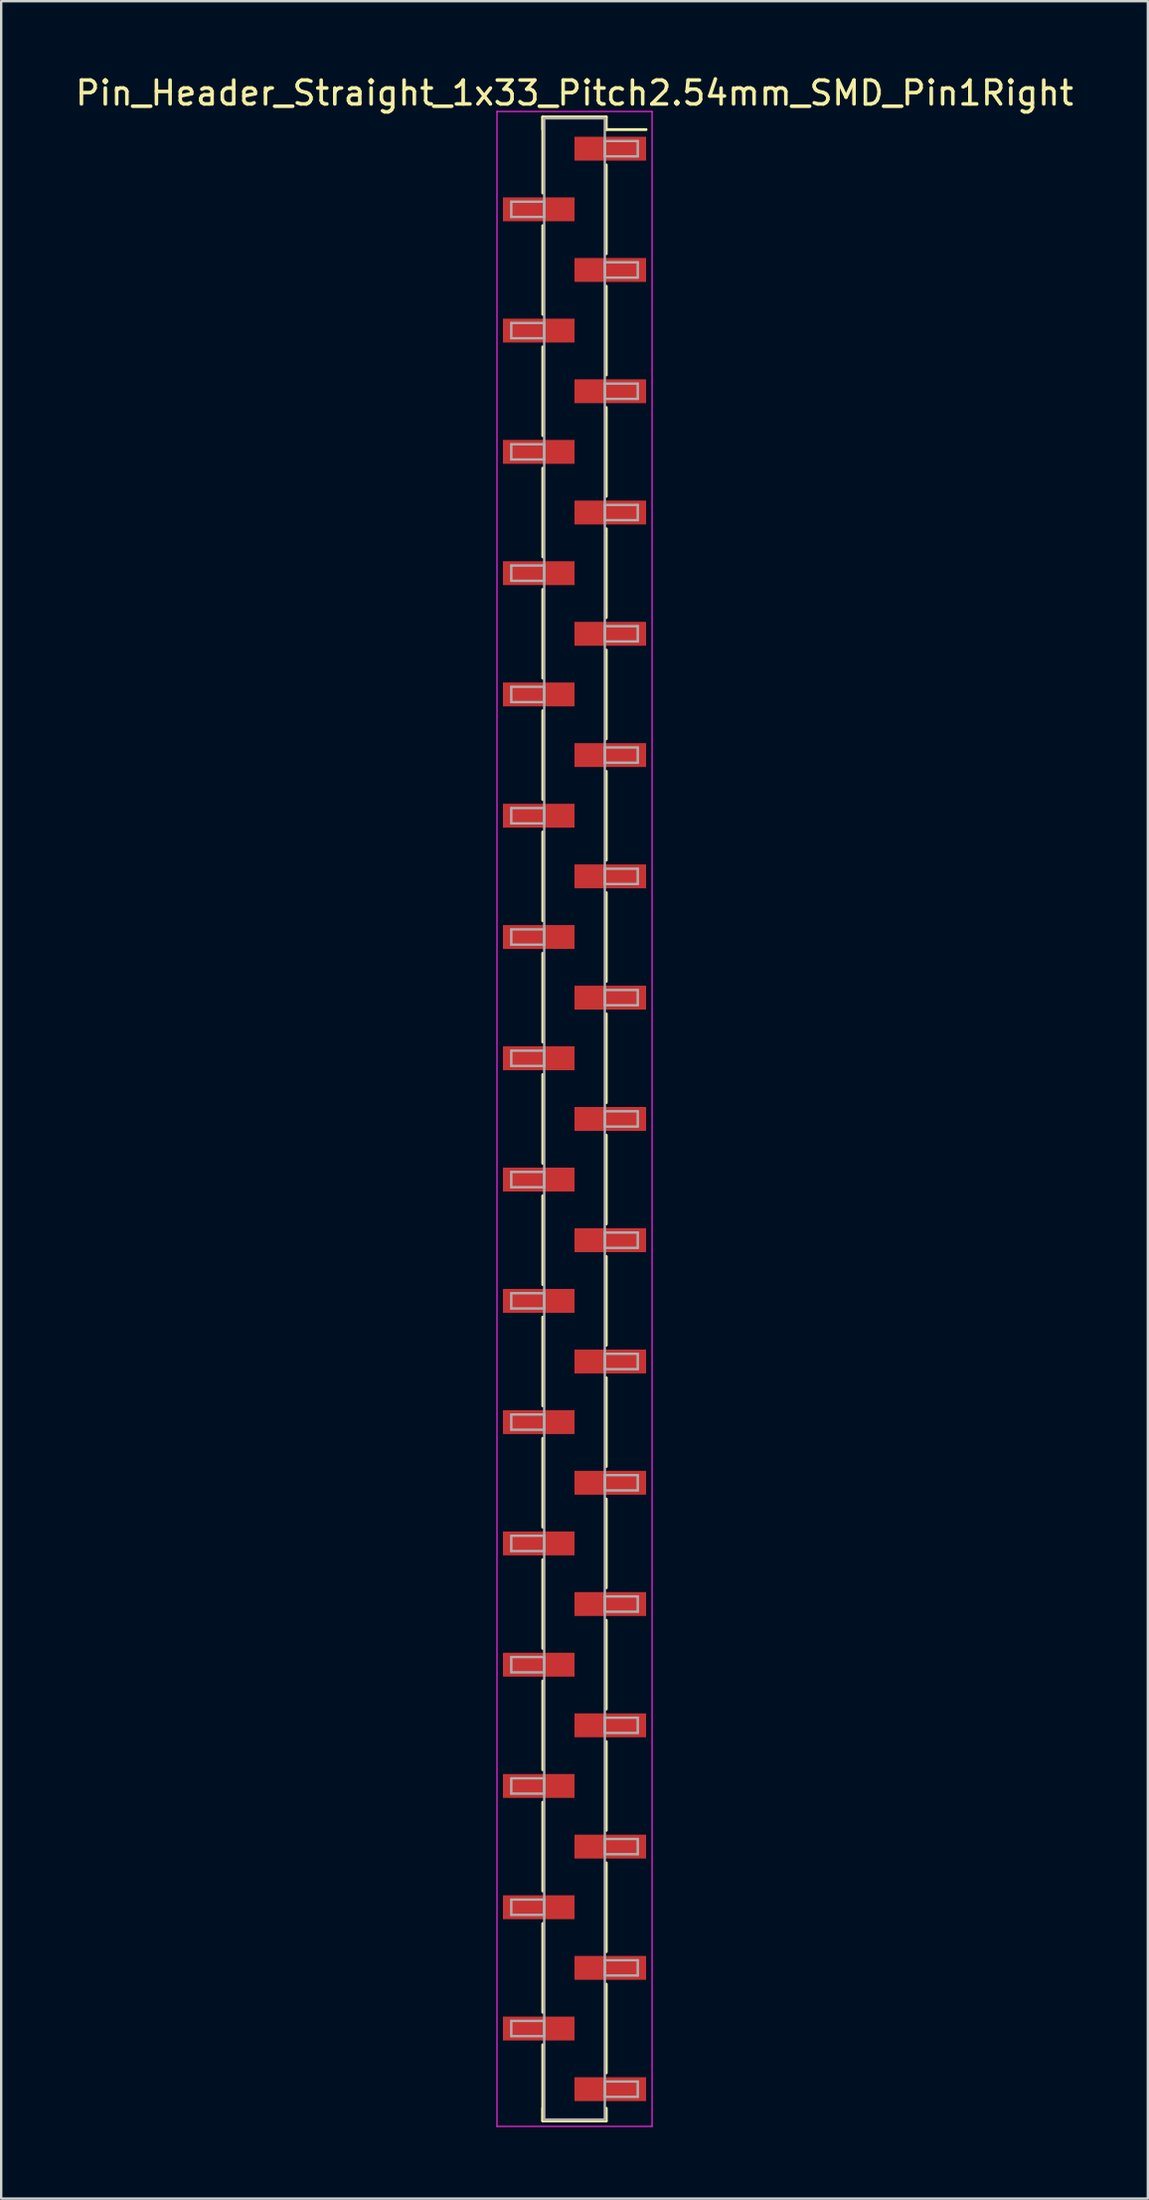
<source format=kicad_pcb>
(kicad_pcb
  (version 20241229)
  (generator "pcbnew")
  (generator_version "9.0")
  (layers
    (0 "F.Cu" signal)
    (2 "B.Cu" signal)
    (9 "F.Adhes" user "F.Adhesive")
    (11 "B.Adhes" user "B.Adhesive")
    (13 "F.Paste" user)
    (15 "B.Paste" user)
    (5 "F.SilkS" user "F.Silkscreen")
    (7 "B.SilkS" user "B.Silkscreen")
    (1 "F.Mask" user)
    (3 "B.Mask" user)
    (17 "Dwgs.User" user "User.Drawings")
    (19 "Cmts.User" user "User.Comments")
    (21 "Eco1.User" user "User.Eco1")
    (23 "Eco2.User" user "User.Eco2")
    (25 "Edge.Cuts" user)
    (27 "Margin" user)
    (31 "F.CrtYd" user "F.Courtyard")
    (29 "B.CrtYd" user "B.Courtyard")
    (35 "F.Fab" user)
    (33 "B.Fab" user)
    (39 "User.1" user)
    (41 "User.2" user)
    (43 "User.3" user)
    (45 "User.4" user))
  (footprint "Pin_Header_Straight_1x33_Pitch2.54mm_SMD_Pin1Right"
    (layer "F.Cu")
    (at 21.03 43.818)
    (property "Reference" "Pin_Header_Straight_1x33_Pitch2.54mm_SMD_Pin1Right" (at 0 -42.97 0) (layer "F.SilkS") (effects (font (size 1 1) (thickness 0.15))))
    (attr smd)
    (fp_line (start -1.33 -41.97) (end -1.33 -38.78) (stroke (width 0.12) (type solid)) (layer "F.SilkS"))
    (fp_line (start -1.33 -41.97) (end 1.33 -41.97) (stroke (width 0.12) (type solid)) (layer "F.SilkS"))
    (fp_line (start -1.33 -41.44) (end -1.33 -41.97) (stroke (width 0.12) (type solid)) (layer "F.SilkS"))
    (fp_line (start -1.33 -37.42) (end -1.33 -33.7) (stroke (width 0.12) (type solid)) (layer "F.SilkS"))
    (fp_line (start -1.33 -32.34) (end -1.33 -28.62) (stroke (width 0.12) (type solid)) (layer "F.SilkS"))
    (fp_line (start -1.33 -27.26) (end -1.33 -23.54) (stroke (width 0.12) (type solid)) (layer "F.SilkS"))
    (fp_line (start -1.33 -22.18) (end -1.33 -18.46) (stroke (width 0.12) (type solid)) (layer "F.SilkS"))
    (fp_line (start -1.33 -17.1) (end -1.33 -13.38) (stroke (width 0.12) (type solid)) (layer "F.SilkS"))
    (fp_line (start -1.33 -12.02) (end -1.33 -8.3) (stroke (width 0.12) (type solid)) (layer "F.SilkS"))
    (fp_line (start -1.33 -6.94) (end -1.33 -3.22) (stroke (width 0.12) (type solid)) (layer "F.SilkS"))
    (fp_line (start -1.33 -1.86) (end -1.33 1.86) (stroke (width 0.12) (type solid)) (layer "F.SilkS"))
    (fp_line (start -1.33 3.22) (end -1.33 6.94) (stroke (width 0.12) (type solid)) (layer "F.SilkS"))
    (fp_line (start -1.33 8.3) (end -1.33 12.02) (stroke (width 0.12) (type solid)) (layer "F.SilkS"))
    (fp_line (start -1.33 13.38) (end -1.33 17.1) (stroke (width 0.12) (type solid)) (layer "F.SilkS"))
    (fp_line (start -1.33 18.46) (end -1.33 22.18) (stroke (width 0.12) (type solid)) (layer "F.SilkS"))
    (fp_line (start -1.33 23.54) (end -1.33 27.26) (stroke (width 0.12) (type solid)) (layer "F.SilkS"))
    (fp_line (start -1.33 28.62) (end -1.33 32.34) (stroke (width 0.12) (type solid)) (layer "F.SilkS"))
    (fp_line (start -1.33 33.7) (end -1.33 37.42) (stroke (width 0.12) (type solid)) (layer "F.SilkS"))
    (fp_line (start -1.33 38.78) (end -1.33 41.97) (stroke (width 0.12) (type solid)) (layer "F.SilkS"))
    (fp_line (start -1.33 41.44) (end -1.33 41.97) (stroke (width 0.12) (type solid)) (layer "F.SilkS"))
    (fp_line (start -1.33 41.97) (end 1.33 41.97) (stroke (width 0.12) (type solid)) (layer "F.SilkS"))
    (fp_line (start 1.33 -41.97) (end 1.33 -41.44) (stroke (width 0.12) (type solid)) (layer "F.SilkS"))
    (fp_line (start 1.33 -41.44) (end 3 -41.44) (stroke (width 0.12) (type solid)) (layer "F.SilkS"))
    (fp_line (start 1.33 -39.96) (end 1.33 -36.24) (stroke (width 0.12) (type solid)) (layer "F.SilkS"))
    (fp_line (start 1.33 -34.88) (end 1.33 -31.16) (stroke (width 0.12) (type solid)) (layer "F.SilkS"))
    (fp_line (start 1.33 -29.8) (end 1.33 -26.08) (stroke (width 0.12) (type solid)) (layer "F.SilkS"))
    (fp_line (start 1.33 -24.72) (end 1.33 -21) (stroke (width 0.12) (type solid)) (layer "F.SilkS"))
    (fp_line (start 1.33 -19.64) (end 1.33 -15.92) (stroke (width 0.12) (type solid)) (layer "F.SilkS"))
    (fp_line (start 1.33 -14.56) (end 1.33 -10.84) (stroke (width 0.12) (type solid)) (layer "F.SilkS"))
    (fp_line (start 1.33 -9.48) (end 1.33 -5.76) (stroke (width 0.12) (type solid)) (layer "F.SilkS"))
    (fp_line (start 1.33 -4.4) (end 1.33 -0.68) (stroke (width 0.12) (type solid)) (layer "F.SilkS"))
    (fp_line (start 1.33 0.68) (end 1.33 4.4) (stroke (width 0.12) (type solid)) (layer "F.SilkS"))
    (fp_line (start 1.33 5.76) (end 1.33 9.48) (stroke (width 0.12) (type solid)) (layer "F.SilkS"))
    (fp_line (start 1.33 10.84) (end 1.33 14.56) (stroke (width 0.12) (type solid)) (layer "F.SilkS"))
    (fp_line (start 1.33 15.92) (end 1.33 19.64) (stroke (width 0.12) (type solid)) (layer "F.SilkS"))
    (fp_line (start 1.33 21) (end 1.33 24.72) (stroke (width 0.12) (type solid)) (layer "F.SilkS"))
    (fp_line (start 1.33 26.08) (end 1.33 29.8) (stroke (width 0.12) (type solid)) (layer "F.SilkS"))
    (fp_line (start 1.33 31.16) (end 1.33 34.88) (stroke (width 0.12) (type solid)) (layer "F.SilkS"))
    (fp_line (start 1.33 36.24) (end 1.33 39.96) (stroke (width 0.12) (type solid)) (layer "F.SilkS"))
    (fp_line (start 1.33 41.97) (end 1.33 41.44) (stroke (width 0.12) (type solid)) (layer "F.SilkS"))
    (fp_line (start -3.25 -42.2) (end -3.25 42.2) (stroke (width 0.05) (type solid)) (layer "F.CrtYd"))
    (fp_line (start -3.25 42.2) (end 3.25 42.2) (stroke (width 0.05) (type solid)) (layer "F.CrtYd"))
    (fp_line (start 3.25 -42.2) (end -3.25 -42.2) (stroke (width 0.05) (type solid)) (layer "F.CrtYd"))
    (fp_line (start 3.25 42.2) (end 3.25 -42.2) (stroke (width 0.05) (type solid)) (layer "F.CrtYd"))
    (fp_line (start -2.65 -38.42) (end -1.27 -38.42) (stroke (width 0.1) (type solid)) (layer "F.Fab"))
    (fp_line (start -2.65 -37.78) (end -2.65 -38.42) (stroke (width 0.1) (type solid)) (layer "F.Fab"))
    (fp_line (start -2.65 -33.34) (end -1.27 -33.34) (stroke (width 0.1) (type solid)) (layer "F.Fab"))
    (fp_line (start -2.65 -32.7) (end -2.65 -33.34) (stroke (width 0.1) (type solid)) (layer "F.Fab"))
    (fp_line (start -2.65 -28.26) (end -1.27 -28.26) (stroke (width 0.1) (type solid)) (layer "F.Fab"))
    (fp_line (start -2.65 -27.62) (end -2.65 -28.26) (stroke (width 0.1) (type solid)) (layer "F.Fab"))
    (fp_line (start -2.65 -23.18) (end -1.27 -23.18) (stroke (width 0.1) (type solid)) (layer "F.Fab"))
    (fp_line (start -2.65 -22.54) (end -2.65 -23.18) (stroke (width 0.1) (type solid)) (layer "F.Fab"))
    (fp_line (start -2.65 -18.1) (end -1.27 -18.1) (stroke (width 0.1) (type solid)) (layer "F.Fab"))
    (fp_line (start -2.65 -17.46) (end -2.65 -18.1) (stroke (width 0.1) (type solid)) (layer "F.Fab"))
    (fp_line (start -2.65 -13.02) (end -1.27 -13.02) (stroke (width 0.1) (type solid)) (layer "F.Fab"))
    (fp_line (start -2.65 -12.38) (end -2.65 -13.02) (stroke (width 0.1) (type solid)) (layer "F.Fab"))
    (fp_line (start -2.65 -7.94) (end -1.27 -7.94) (stroke (width 0.1) (type solid)) (layer "F.Fab"))
    (fp_line (start -2.65 -7.3) (end -2.65 -7.94) (stroke (width 0.1) (type solid)) (layer "F.Fab"))
    (fp_line (start -2.65 -2.86) (end -1.27 -2.86) (stroke (width 0.1) (type solid)) (layer "F.Fab"))
    (fp_line (start -2.65 -2.22) (end -2.65 -2.86) (stroke (width 0.1) (type solid)) (layer "F.Fab"))
    (fp_line (start -2.65 2.22) (end -1.27 2.22) (stroke (width 0.1) (type solid)) (layer "F.Fab"))
    (fp_line (start -2.65 2.86) (end -2.65 2.22) (stroke (width 0.1) (type solid)) (layer "F.Fab"))
    (fp_line (start -2.65 7.3) (end -1.27 7.3) (stroke (width 0.1) (type solid)) (layer "F.Fab"))
    (fp_line (start -2.65 7.94) (end -2.65 7.3) (stroke (width 0.1) (type solid)) (layer "F.Fab"))
    (fp_line (start -2.65 12.38) (end -1.27 12.38) (stroke (width 0.1) (type solid)) (layer "F.Fab"))
    (fp_line (start -2.65 13.02) (end -2.65 12.38) (stroke (width 0.1) (type solid)) (layer "F.Fab"))
    (fp_line (start -2.65 17.46) (end -1.27 17.46) (stroke (width 0.1) (type solid)) (layer "F.Fab"))
    (fp_line (start -2.65 18.1) (end -2.65 17.46) (stroke (width 0.1) (type solid)) (layer "F.Fab"))
    (fp_line (start -2.65 22.54) (end -1.27 22.54) (stroke (width 0.1) (type solid)) (layer "F.Fab"))
    (fp_line (start -2.65 23.18) (end -2.65 22.54) (stroke (width 0.1) (type solid)) (layer "F.Fab"))
    (fp_line (start -2.65 27.62) (end -1.27 27.62) (stroke (width 0.1) (type solid)) (layer "F.Fab"))
    (fp_line (start -2.65 28.26) (end -2.65 27.62) (stroke (width 0.1) (type solid)) (layer "F.Fab"))
    (fp_line (start -2.65 32.7) (end -1.27 32.7) (stroke (width 0.1) (type solid)) (layer "F.Fab"))
    (fp_line (start -2.65 33.34) (end -2.65 32.7) (stroke (width 0.1) (type solid)) (layer "F.Fab"))
    (fp_line (start -2.65 37.78) (end -1.27 37.78) (stroke (width 0.1) (type solid)) (layer "F.Fab"))
    (fp_line (start -2.65 38.42) (end -2.65 37.78) (stroke (width 0.1) (type solid)) (layer "F.Fab"))
    (fp_line (start -1.27 -41.91) (end -1.27 41.91) (stroke (width 0.1) (type solid)) (layer "F.Fab"))
    (fp_line (start -1.27 -38.42) (end -1.27 -37.78) (stroke (width 0.1) (type solid)) (layer "F.Fab"))
    (fp_line (start -1.27 -37.78) (end -2.65 -37.78) (stroke (width 0.1) (type solid)) (layer "F.Fab"))
    (fp_line (start -1.27 -33.34) (end -1.27 -32.7) (stroke (width 0.1) (type solid)) (layer "F.Fab"))
    (fp_line (start -1.27 -32.7) (end -2.65 -32.7) (stroke (width 0.1) (type solid)) (layer "F.Fab"))
    (fp_line (start -1.27 -28.26) (end -1.27 -27.62) (stroke (width 0.1) (type solid)) (layer "F.Fab"))
    (fp_line (start -1.27 -27.62) (end -2.65 -27.62) (stroke (width 0.1) (type solid)) (layer "F.Fab"))
    (fp_line (start -1.27 -23.18) (end -1.27 -22.54) (stroke (width 0.1) (type solid)) (layer "F.Fab"))
    (fp_line (start -1.27 -22.54) (end -2.65 -22.54) (stroke (width 0.1) (type solid)) (layer "F.Fab"))
    (fp_line (start -1.27 -18.1) (end -1.27 -17.46) (stroke (width 0.1) (type solid)) (layer "F.Fab"))
    (fp_line (start -1.27 -17.46) (end -2.65 -17.46) (stroke (width 0.1) (type solid)) (layer "F.Fab"))
    (fp_line (start -1.27 -13.02) (end -1.27 -12.38) (stroke (width 0.1) (type solid)) (layer "F.Fab"))
    (fp_line (start -1.27 -12.38) (end -2.65 -12.38) (stroke (width 0.1) (type solid)) (layer "F.Fab"))
    (fp_line (start -1.27 -7.94) (end -1.27 -7.3) (stroke (width 0.1) (type solid)) (layer "F.Fab"))
    (fp_line (start -1.27 -7.3) (end -2.65 -7.3) (stroke (width 0.1) (type solid)) (layer "F.Fab"))
    (fp_line (start -1.27 -2.86) (end -1.27 -2.22) (stroke (width 0.1) (type solid)) (layer "F.Fab"))
    (fp_line (start -1.27 -2.22) (end -2.65 -2.22) (stroke (width 0.1) (type solid)) (layer "F.Fab"))
    (fp_line (start -1.27 2.22) (end -1.27 2.86) (stroke (width 0.1) (type solid)) (layer "F.Fab"))
    (fp_line (start -1.27 2.86) (end -2.65 2.86) (stroke (width 0.1) (type solid)) (layer "F.Fab"))
    (fp_line (start -1.27 7.3) (end -1.27 7.94) (stroke (width 0.1) (type solid)) (layer "F.Fab"))
    (fp_line (start -1.27 7.94) (end -2.65 7.94) (stroke (width 0.1) (type solid)) (layer "F.Fab"))
    (fp_line (start -1.27 12.38) (end -1.27 13.02) (stroke (width 0.1) (type solid)) (layer "F.Fab"))
    (fp_line (start -1.27 13.02) (end -2.65 13.02) (stroke (width 0.1) (type solid)) (layer "F.Fab"))
    (fp_line (start -1.27 17.46) (end -1.27 18.1) (stroke (width 0.1) (type solid)) (layer "F.Fab"))
    (fp_line (start -1.27 18.1) (end -2.65 18.1) (stroke (width 0.1) (type solid)) (layer "F.Fab"))
    (fp_line (start -1.27 22.54) (end -1.27 23.18) (stroke (width 0.1) (type solid)) (layer "F.Fab"))
    (fp_line (start -1.27 23.18) (end -2.65 23.18) (stroke (width 0.1) (type solid)) (layer "F.Fab"))
    (fp_line (start -1.27 27.62) (end -1.27 28.26) (stroke (width 0.1) (type solid)) (layer "F.Fab"))
    (fp_line (start -1.27 28.26) (end -2.65 28.26) (stroke (width 0.1) (type solid)) (layer "F.Fab"))
    (fp_line (start -1.27 32.7) (end -1.27 33.34) (stroke (width 0.1) (type solid)) (layer "F.Fab"))
    (fp_line (start -1.27 33.34) (end -2.65 33.34) (stroke (width 0.1) (type solid)) (layer "F.Fab"))
    (fp_line (start -1.27 37.78) (end -1.27 38.42) (stroke (width 0.1) (type solid)) (layer "F.Fab"))
    (fp_line (start -1.27 38.42) (end -2.65 38.42) (stroke (width 0.1) (type solid)) (layer "F.Fab"))
    (fp_line (start -1.27 41.91) (end 1.27 41.91) (stroke (width 0.1) (type solid)) (layer "F.Fab"))
    (fp_line (start 1.27 -41.91) (end -1.27 -41.91) (stroke (width 0.1) (type solid)) (layer "F.Fab"))
    (fp_line (start 1.27 -40.96) (end 1.27 -40.32) (stroke (width 0.1) (type solid)) (layer "F.Fab"))
    (fp_line (start 1.27 -40.32) (end 2.65 -40.32) (stroke (width 0.1) (type solid)) (layer "F.Fab"))
    (fp_line (start 1.27 -35.88) (end 1.27 -35.24) (stroke (width 0.1) (type solid)) (layer "F.Fab"))
    (fp_line (start 1.27 -35.24) (end 2.65 -35.24) (stroke (width 0.1) (type solid)) (layer "F.Fab"))
    (fp_line (start 1.27 -30.8) (end 1.27 -30.16) (stroke (width 0.1) (type solid)) (layer "F.Fab"))
    (fp_line (start 1.27 -30.16) (end 2.65 -30.16) (stroke (width 0.1) (type solid)) (layer "F.Fab"))
    (fp_line (start 1.27 -25.72) (end 1.27 -25.08) (stroke (width 0.1) (type solid)) (layer "F.Fab"))
    (fp_line (start 1.27 -25.08) (end 2.65 -25.08) (stroke (width 0.1) (type solid)) (layer "F.Fab"))
    (fp_line (start 1.27 -20.64) (end 1.27 -20) (stroke (width 0.1) (type solid)) (layer "F.Fab"))
    (fp_line (start 1.27 -20) (end 2.65 -20) (stroke (width 0.1) (type solid)) (layer "F.Fab"))
    (fp_line (start 1.27 -15.56) (end 1.27 -14.92) (stroke (width 0.1) (type solid)) (layer "F.Fab"))
    (fp_line (start 1.27 -14.92) (end 2.65 -14.92) (stroke (width 0.1) (type solid)) (layer "F.Fab"))
    (fp_line (start 1.27 -10.48) (end 1.27 -9.84) (stroke (width 0.1) (type solid)) (layer "F.Fab"))
    (fp_line (start 1.27 -9.84) (end 2.65 -9.84) (stroke (width 0.1) (type solid)) (layer "F.Fab"))
    (fp_line (start 1.27 -5.4) (end 1.27 -4.76) (stroke (width 0.1) (type solid)) (layer "F.Fab"))
    (fp_line (start 1.27 -4.76) (end 2.65 -4.76) (stroke (width 0.1) (type solid)) (layer "F.Fab"))
    (fp_line (start 1.27 -0.32) (end 1.27 0.32) (stroke (width 0.1) (type solid)) (layer "F.Fab"))
    (fp_line (start 1.27 0.32) (end 2.65 0.32) (stroke (width 0.1) (type solid)) (layer "F.Fab"))
    (fp_line (start 1.27 4.76) (end 1.27 5.4) (stroke (width 0.1) (type solid)) (layer "F.Fab"))
    (fp_line (start 1.27 5.4) (end 2.65 5.4) (stroke (width 0.1) (type solid)) (layer "F.Fab"))
    (fp_line (start 1.27 9.84) (end 1.27 10.48) (stroke (width 0.1) (type solid)) (layer "F.Fab"))
    (fp_line (start 1.27 10.48) (end 2.65 10.48) (stroke (width 0.1) (type solid)) (layer "F.Fab"))
    (fp_line (start 1.27 14.92) (end 1.27 15.56) (stroke (width 0.1) (type solid)) (layer "F.Fab"))
    (fp_line (start 1.27 15.56) (end 2.65 15.56) (stroke (width 0.1) (type solid)) (layer "F.Fab"))
    (fp_line (start 1.27 20) (end 1.27 20.64) (stroke (width 0.1) (type solid)) (layer "F.Fab"))
    (fp_line (start 1.27 20.64) (end 2.65 20.64) (stroke (width 0.1) (type solid)) (layer "F.Fab"))
    (fp_line (start 1.27 25.08) (end 1.27 25.72) (stroke (width 0.1) (type solid)) (layer "F.Fab"))
    (fp_line (start 1.27 25.72) (end 2.65 25.72) (stroke (width 0.1) (type solid)) (layer "F.Fab"))
    (fp_line (start 1.27 30.16) (end 1.27 30.8) (stroke (width 0.1) (type solid)) (layer "F.Fab"))
    (fp_line (start 1.27 30.8) (end 2.65 30.8) (stroke (width 0.1) (type solid)) (layer "F.Fab"))
    (fp_line (start 1.27 35.24) (end 1.27 35.88) (stroke (width 0.1) (type solid)) (layer "F.Fab"))
    (fp_line (start 1.27 35.88) (end 2.65 35.88) (stroke (width 0.1) (type solid)) (layer "F.Fab"))
    (fp_line (start 1.27 40.32) (end 1.27 40.96) (stroke (width 0.1) (type solid)) (layer "F.Fab"))
    (fp_line (start 1.27 40.96) (end 2.65 40.96) (stroke (width 0.1) (type solid)) (layer "F.Fab"))
    (fp_line (start 1.27 41.91) (end 1.27 -41.91) (stroke (width 0.1) (type solid)) (layer "F.Fab"))
    (fp_line (start 2.65 -40.96) (end 1.27 -40.96) (stroke (width 0.1) (type solid)) (layer "F.Fab"))
    (fp_line (start 2.65 -40.32) (end 2.65 -40.96) (stroke (width 0.1) (type solid)) (layer "F.Fab"))
    (fp_line (start 2.65 -35.88) (end 1.27 -35.88) (stroke (width 0.1) (type solid)) (layer "F.Fab"))
    (fp_line (start 2.65 -35.24) (end 2.65 -35.88) (stroke (width 0.1) (type solid)) (layer "F.Fab"))
    (fp_line (start 2.65 -30.8) (end 1.27 -30.8) (stroke (width 0.1) (type solid)) (layer "F.Fab"))
    (fp_line (start 2.65 -30.16) (end 2.65 -30.8) (stroke (width 0.1) (type solid)) (layer "F.Fab"))
    (fp_line (start 2.65 -25.72) (end 1.27 -25.72) (stroke (width 0.1) (type solid)) (layer "F.Fab"))
    (fp_line (start 2.65 -25.08) (end 2.65 -25.72) (stroke (width 0.1) (type solid)) (layer "F.Fab"))
    (fp_line (start 2.65 -20.64) (end 1.27 -20.64) (stroke (width 0.1) (type solid)) (layer "F.Fab"))
    (fp_line (start 2.65 -20) (end 2.65 -20.64) (stroke (width 0.1) (type solid)) (layer "F.Fab"))
    (fp_line (start 2.65 -15.56) (end 1.27 -15.56) (stroke (width 0.1) (type solid)) (layer "F.Fab"))
    (fp_line (start 2.65 -14.92) (end 2.65 -15.56) (stroke (width 0.1) (type solid)) (layer "F.Fab"))
    (fp_line (start 2.65 -10.48) (end 1.27 -10.48) (stroke (width 0.1) (type solid)) (layer "F.Fab"))
    (fp_line (start 2.65 -9.84) (end 2.65 -10.48) (stroke (width 0.1) (type solid)) (layer "F.Fab"))
    (fp_line (start 2.65 -5.4) (end 1.27 -5.4) (stroke (width 0.1) (type solid)) (layer "F.Fab"))
    (fp_line (start 2.65 -4.76) (end 2.65 -5.4) (stroke (width 0.1) (type solid)) (layer "F.Fab"))
    (fp_line (start 2.65 -0.32) (end 1.27 -0.32) (stroke (width 0.1) (type solid)) (layer "F.Fab"))
    (fp_line (start 2.65 0.32) (end 2.65 -0.32) (stroke (width 0.1) (type solid)) (layer "F.Fab"))
    (fp_line (start 2.65 4.76) (end 1.27 4.76) (stroke (width 0.1) (type solid)) (layer "F.Fab"))
    (fp_line (start 2.65 5.4) (end 2.65 4.76) (stroke (width 0.1) (type solid)) (layer "F.Fab"))
    (fp_line (start 2.65 9.84) (end 1.27 9.84) (stroke (width 0.1) (type solid)) (layer "F.Fab"))
    (fp_line (start 2.65 10.48) (end 2.65 9.84) (stroke (width 0.1) (type solid)) (layer "F.Fab"))
    (fp_line (start 2.65 14.92) (end 1.27 14.92) (stroke (width 0.1) (type solid)) (layer "F.Fab"))
    (fp_line (start 2.65 15.56) (end 2.65 14.92) (stroke (width 0.1) (type solid)) (layer "F.Fab"))
    (fp_line (start 2.65 20) (end 1.27 20) (stroke (width 0.1) (type solid)) (layer "F.Fab"))
    (fp_line (start 2.65 20.64) (end 2.65 20) (stroke (width 0.1) (type solid)) (layer "F.Fab"))
    (fp_line (start 2.65 25.08) (end 1.27 25.08) (stroke (width 0.1) (type solid)) (layer "F.Fab"))
    (fp_line (start 2.65 25.72) (end 2.65 25.08) (stroke (width 0.1) (type solid)) (layer "F.Fab"))
    (fp_line (start 2.65 30.16) (end 1.27 30.16) (stroke (width 0.1) (type solid)) (layer "F.Fab"))
    (fp_line (start 2.65 30.8) (end 2.65 30.16) (stroke (width 0.1) (type solid)) (layer "F.Fab"))
    (fp_line (start 2.65 35.24) (end 1.27 35.24) (stroke (width 0.1) (type solid)) (layer "F.Fab"))
    (fp_line (start 2.65 35.88) (end 2.65 35.24) (stroke (width 0.1) (type solid)) (layer "F.Fab"))
    (fp_line (start 2.65 40.32) (end 1.27 40.32) (stroke (width 0.1) (type solid)) (layer "F.Fab"))
    (fp_line (start 2.65 40.96) (end 2.65 40.32) (stroke (width 0.1) (type solid)) (layer "F.Fab"))
    (pad "1" smd rect (at 1.5 -40.64) (size 3 1) (layers "F.Cu" "F.Mask"))
    (pad "2" smd rect (at -1.5 -38.1) (size 3 1) (layers "F.Cu" "F.Mask"))
    (pad "3" smd rect (at 1.5 -35.56) (size 3 1) (layers "F.Cu" "F.Mask"))
    (pad "4" smd rect (at -1.5 -33.02) (size 3 1) (layers "F.Cu" "F.Mask"))
    (pad "5" smd rect (at 1.5 -30.48) (size 3 1) (layers "F.Cu" "F.Mask"))
    (pad "6" smd rect (at -1.5 -27.94) (size 3 1) (layers "F.Cu" "F.Mask"))
    (pad "7" smd rect (at 1.5 -25.4) (size 3 1) (layers "F.Cu" "F.Mask"))
    (pad "8" smd rect (at -1.5 -22.86) (size 3 1) (layers "F.Cu" "F.Mask"))
    (pad "9" smd rect (at 1.5 -20.32) (size 3 1) (layers "F.Cu" "F.Mask"))
    (pad "10" smd rect (at -1.5 -17.78) (size 3 1) (layers "F.Cu" "F.Mask"))
    (pad "11" smd rect (at 1.5 -15.24) (size 3 1) (layers "F.Cu" "F.Mask"))
    (pad "12" smd rect (at -1.5 -12.7) (size 3 1) (layers "F.Cu" "F.Mask"))
    (pad "13" smd rect (at 1.5 -10.16) (size 3 1) (layers "F.Cu" "F.Mask"))
    (pad "14" smd rect (at -1.5 -7.62) (size 3 1) (layers "F.Cu" "F.Mask"))
    (pad "15" smd rect (at 1.5 -5.08) (size 3 1) (layers "F.Cu" "F.Mask"))
    (pad "16" smd rect (at -1.5 -2.54) (size 3 1) (layers "F.Cu" "F.Mask"))
    (pad "17" smd rect (at 1.5 0) (size 3 1) (layers "F.Cu" "F.Mask"))
    (pad "18" smd rect (at -1.5 2.54) (size 3 1) (layers "F.Cu" "F.Mask"))
    (pad "19" smd rect (at 1.5 5.08) (size 3 1) (layers "F.Cu" "F.Mask"))
    (pad "20" smd rect (at -1.5 7.62) (size 3 1) (layers "F.Cu" "F.Mask"))
    (pad "21" smd rect (at 1.5 10.16) (size 3 1) (layers "F.Cu" "F.Mask"))
    (pad "22" smd rect (at -1.5 12.7) (size 3 1) (layers "F.Cu" "F.Mask"))
    (pad "23" smd rect (at 1.5 15.24) (size 3 1) (layers "F.Cu" "F.Mask"))
    (pad "24" smd rect (at -1.5 17.78) (size 3 1) (layers "F.Cu" "F.Mask"))
    (pad "25" smd rect (at 1.5 20.32) (size 3 1) (layers "F.Cu" "F.Mask"))
    (pad "26" smd rect (at -1.5 22.86) (size 3 1) (layers "F.Cu" "F.Mask"))
    (pad "27" smd rect (at 1.5 25.4) (size 3 1) (layers "F.Cu" "F.Mask"))
    (pad "28" smd rect (at -1.5 27.94) (size 3 1) (layers "F.Cu" "F.Mask"))
    (pad "29" smd rect (at 1.5 30.48) (size 3 1) (layers "F.Cu" "F.Mask"))
    (pad "30" smd rect (at -1.5 33.02) (size 3 1) (layers "F.Cu" "F.Mask"))
    (pad "31" smd rect (at 1.5 35.56) (size 3 1) (layers "F.Cu" "F.Mask"))
    (pad "32" smd rect (at -1.5 38.1) (size 3 1) (layers "F.Cu" "F.Mask"))
    (pad "33" smd rect (at 1.5 40.64) (size 3 1) (layers "F.Cu" "F.Mask")))
  (gr_rect
    (start -3 -3)
    (end 45.06 89.043)
    (stroke (width 0.1) (type default))
    (fill no)
    (layer "Edge.Cuts")))
</source>
